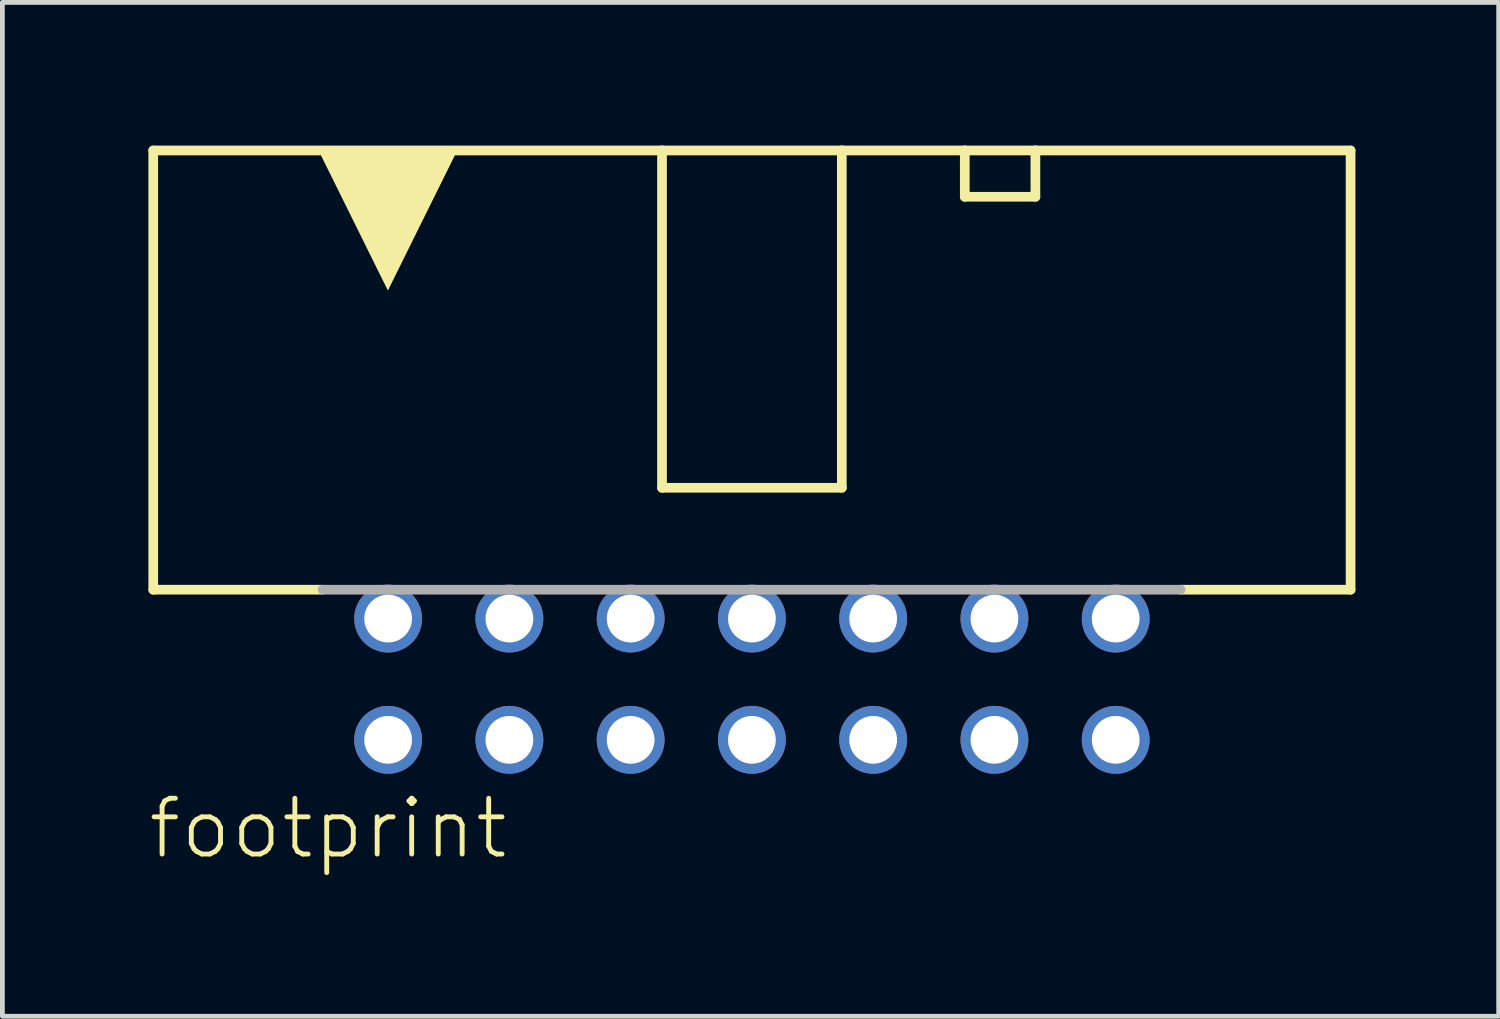
<source format=kicad_pcb>
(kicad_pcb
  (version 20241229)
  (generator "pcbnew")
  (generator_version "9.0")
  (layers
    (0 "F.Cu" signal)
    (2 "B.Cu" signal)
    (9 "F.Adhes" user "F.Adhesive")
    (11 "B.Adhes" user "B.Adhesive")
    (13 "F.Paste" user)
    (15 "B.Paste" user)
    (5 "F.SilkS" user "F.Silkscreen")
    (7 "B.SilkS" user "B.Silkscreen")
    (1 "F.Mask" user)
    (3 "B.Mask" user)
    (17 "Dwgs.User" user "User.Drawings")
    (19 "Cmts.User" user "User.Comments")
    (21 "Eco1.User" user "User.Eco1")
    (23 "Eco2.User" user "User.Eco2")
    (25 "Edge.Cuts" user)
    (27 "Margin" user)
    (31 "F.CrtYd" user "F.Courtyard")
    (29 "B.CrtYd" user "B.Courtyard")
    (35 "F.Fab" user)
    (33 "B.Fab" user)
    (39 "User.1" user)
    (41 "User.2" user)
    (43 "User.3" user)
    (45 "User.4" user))
  (footprint "footprint"
    (layer "F.Cu")
    (at 12.7 11.177)
    (property "Reference" "footprint" (at -12.7 3.81 0) (layer "F.SilkS") (effects (font (size 1.168 1.168) (thickness 0.102)) (justify left bottom)))
    (fp_line (start -12.54 -11.075) (end -12.54 -1.875) (stroke (width 0.203) (type solid)) (layer "F.SilkS"))
    (fp_line (start -8.996 -1.875) (end -12.54 -1.875) (stroke (width 0.203) (type solid)) (layer "F.SilkS"))
    (fp_line (start -1.883 -11.075) (end -12.54 -11.075) (stroke (width 0.203) (type solid)) (layer "F.SilkS"))
    (fp_line (start -1.883 -4.01) (end -1.883 -11.075) (stroke (width 0.203) (type solid)) (layer "F.SilkS"))
    (fp_line (start 1.883 -11.075) (end -1.883 -11.075) (stroke (width 0.203) (type solid)) (layer "F.SilkS"))
    (fp_line (start 1.883 -11.075) (end 1.883 -4.01) (stroke (width 0.203) (type solid)) (layer "F.SilkS"))
    (fp_line (start 1.883 -4.01) (end -1.883 -4.01) (stroke (width 0.203) (type solid)) (layer "F.SilkS"))
    (fp_line (start 4.459 -11.075) (end 1.883 -11.075) (stroke (width 0.203) (type solid)) (layer "F.SilkS"))
    (fp_line (start 4.459 -11.075) (end 5.938 -11.075) (stroke (width 0.203) (type solid)) (layer "F.SilkS"))
    (fp_line (start 4.459 -10.105) (end 4.459 -11.075) (stroke (width 0.203) (type solid)) (layer "F.SilkS"))
    (fp_line (start 5.938 -11.075) (end 5.938 -10.105) (stroke (width 0.203) (type solid)) (layer "F.SilkS"))
    (fp_line (start 5.938 -10.105) (end 4.459 -10.105) (stroke (width 0.203) (type solid)) (layer "F.SilkS"))
    (fp_line (start 12.54 -11.075) (end 5.938 -11.075) (stroke (width 0.203) (type solid)) (layer "F.SilkS"))
    (fp_line (start 12.54 -1.875) (end 8.983 -1.875) (stroke (width 0.203) (type solid)) (layer "F.SilkS"))
    (fp_line (start 12.54 -1.875) (end 12.54 -11.075) (stroke (width 0.203) (type solid)) (layer "F.SilkS"))
    (fp_poly (pts (xy -7.625 -8.141) (xy -9.064 -11.047) (xy -6.186 -11.047)) (stroke (width 0) (type solid)) (fill yes) (layer "F.SilkS"))
    (fp_line (start 8.979 -1.875) (end -8.992 -1.875) (stroke (width 0.203) (type solid)) (layer "F.Fab"))
    (pad "1" thru_hole circle (at -7.62 1.27) (size 1.422 1.422) (drill 1) (layers "*.Cu" "*.Mask"))
    (pad "2" thru_hole circle (at -7.62 -1.27) (size 1.422 1.422) (drill 1) (layers "*.Cu" "*.Mask"))
    (pad "3" thru_hole circle (at -5.08 1.27) (size 1.422 1.422) (drill 1) (layers "*.Cu" "*.Mask"))
    (pad "4" thru_hole circle (at -5.08 -1.27) (size 1.422 1.422) (drill 1) (layers "*.Cu" "*.Mask"))
    (pad "5" thru_hole circle (at -2.54 1.27) (size 1.422 1.422) (drill 1) (layers "*.Cu" "*.Mask"))
    (pad "6" thru_hole circle (at -2.54 -1.27) (size 1.422 1.422) (drill 1) (layers "*.Cu" "*.Mask"))
    (pad "7" thru_hole circle (at 0 1.27) (size 1.422 1.422) (drill 1) (layers "*.Cu" "*.Mask"))
    (pad "8" thru_hole circle (at 0 -1.27) (size 1.422 1.422) (drill 1) (layers "*.Cu" "*.Mask"))
    (pad "9" thru_hole circle (at 2.54 1.27) (size 1.422 1.422) (drill 1) (layers "*.Cu" "*.Mask"))
    (pad "10" thru_hole circle (at 2.54 -1.27) (size 1.422 1.422) (drill 1) (layers "*.Cu" "*.Mask"))
    (pad "11" thru_hole circle (at 5.08 1.27) (size 1.422 1.422) (drill 1) (layers "*.Cu" "*.Mask"))
    (pad "12" thru_hole circle (at 5.08 -1.27) (size 1.422 1.422) (drill 1) (layers "*.Cu" "*.Mask"))
    (pad "13" thru_hole circle (at 7.62 1.27) (size 1.422 1.422) (drill 1) (layers "*.Cu" "*.Mask"))
    (pad "14" thru_hole circle (at 7.62 -1.27) (size 1.422 1.422) (drill 1) (layers "*.Cu" "*.Mask")))
  (gr_rect
    (start -3 -3)
    (end 28.342 18.237)
    (stroke (width 0.1) (type default))
    (fill no)
    (layer "Edge.Cuts")))
</source>
